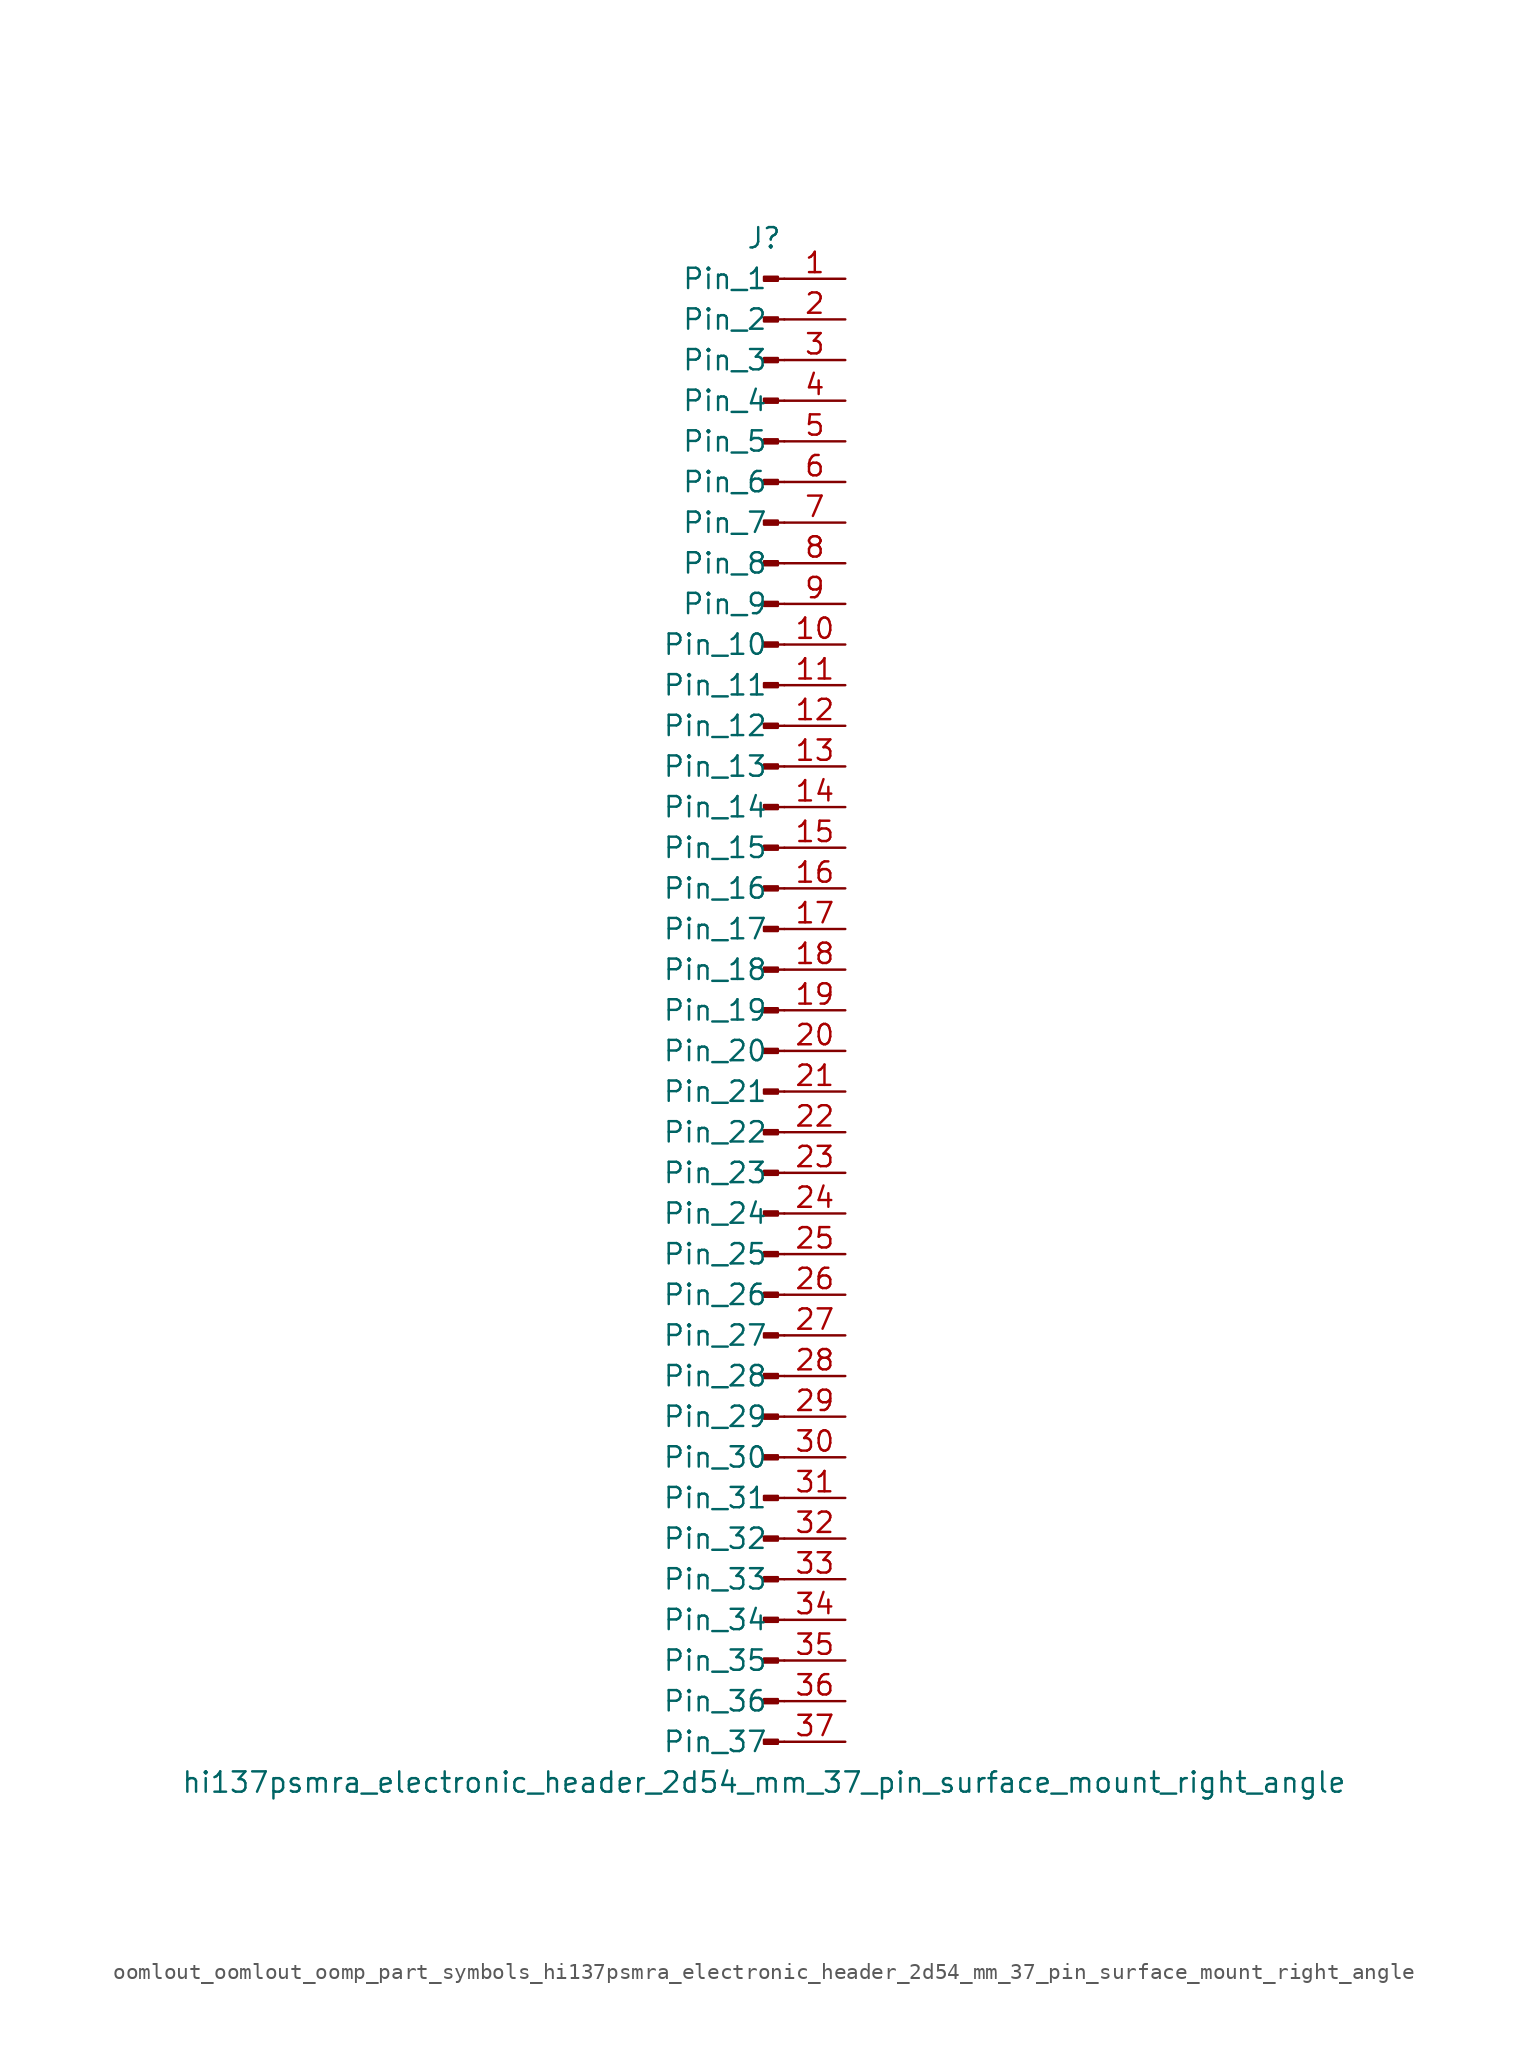
<source format=kicad_sym>
(kicad_symbol_lib
  (version 20220914)
  (generator kicad_symbol_editor)
  (symbol "oomlout_oomlout_oomp_part_symbols_hi137psmra_electronic_header_2d54_mm_37_pin_surface_mount_right_angle"
    (pin_names
      (offset 1.016))
    (property "Reference" "J"
      (at 0 48.26 0)
      (effects (font (size 1.27 1.27))))
    (property "Value" "hi137psmra_electronic_header_2d54_mm_37_pin_surface_mount_right_angle"
      (at 0 -48.26 0)
      (effects (font (size 1.27 1.27))))
    (property "ki_locked" ""
      (at 0 0 0)
      (effects (font (size 1.27 1.27))))
    (symbol "oomlout_oomlout_oomp_part_symbols_hi137psmra_electronic_header_2d54_mm_37_pin_surface_mount_right_angle_1_1"
      (polyline (pts (xy 1.27 -45.72) (xy 0.864 -45.72)) (stroke (width 0.152) (type default)) (fill (type none)))
      (polyline (pts (xy 1.27 -43.18) (xy 0.864 -43.18)) (stroke (width 0.152) (type default)) (fill (type none)))
      (polyline (pts (xy 1.27 -40.64) (xy 0.864 -40.64)) (stroke (width 0.152) (type default)) (fill (type none)))
      (polyline (pts (xy 1.27 -38.1) (xy 0.864 -38.1)) (stroke (width 0.152) (type default)) (fill (type none)))
      (polyline (pts (xy 1.27 -35.56) (xy 0.864 -35.56)) (stroke (width 0.152) (type default)) (fill (type none)))
      (polyline (pts (xy 1.27 -33.02) (xy 0.864 -33.02)) (stroke (width 0.152) (type default)) (fill (type none)))
      (polyline (pts (xy 1.27 -30.48) (xy 0.864 -30.48)) (stroke (width 0.152) (type default)) (fill (type none)))
      (polyline (pts (xy 1.27 -27.94) (xy 0.864 -27.94)) (stroke (width 0.152) (type default)) (fill (type none)))
      (polyline (pts (xy 1.27 -25.4) (xy 0.864 -25.4)) (stroke (width 0.152) (type default)) (fill (type none)))
      (polyline (pts (xy 1.27 -22.86) (xy 0.864 -22.86)) (stroke (width 0.152) (type default)) (fill (type none)))
      (polyline (pts (xy 1.27 -20.32) (xy 0.864 -20.32)) (stroke (width 0.152) (type default)) (fill (type none)))
      (polyline (pts (xy 1.27 -17.78) (xy 0.864 -17.78)) (stroke (width 0.152) (type default)) (fill (type none)))
      (polyline (pts (xy 1.27 -15.24) (xy 0.864 -15.24)) (stroke (width 0.152) (type default)) (fill (type none)))
      (polyline (pts (xy 1.27 -12.7) (xy 0.864 -12.7)) (stroke (width 0.152) (type default)) (fill (type none)))
      (polyline (pts (xy 1.27 -10.16) (xy 0.864 -10.16)) (stroke (width 0.152) (type default)) (fill (type none)))
      (polyline (pts (xy 1.27 -7.62) (xy 0.864 -7.62)) (stroke (width 0.152) (type default)) (fill (type none)))
      (polyline (pts (xy 1.27 -5.08) (xy 0.864 -5.08)) (stroke (width 0.152) (type default)) (fill (type none)))
      (polyline (pts (xy 1.27 -2.54) (xy 0.864 -2.54)) (stroke (width 0.152) (type default)) (fill (type none)))
      (polyline (pts (xy 1.27 0) (xy 0.864 0)) (stroke (width 0.152) (type default)) (fill (type none)))
      (polyline (pts (xy 1.27 2.54) (xy 0.864 2.54)) (stroke (width 0.152) (type default)) (fill (type none)))
      (polyline (pts (xy 1.27 5.08) (xy 0.864 5.08)) (stroke (width 0.152) (type default)) (fill (type none)))
      (polyline (pts (xy 1.27 7.62) (xy 0.864 7.62)) (stroke (width 0.152) (type default)) (fill (type none)))
      (polyline (pts (xy 1.27 10.16) (xy 0.864 10.16)) (stroke (width 0.152) (type default)) (fill (type none)))
      (polyline (pts (xy 1.27 12.7) (xy 0.864 12.7)) (stroke (width 0.152) (type default)) (fill (type none)))
      (polyline (pts (xy 1.27 15.24) (xy 0.864 15.24)) (stroke (width 0.152) (type default)) (fill (type none)))
      (polyline (pts (xy 1.27 17.78) (xy 0.864 17.78)) (stroke (width 0.152) (type default)) (fill (type none)))
      (polyline (pts (xy 1.27 20.32) (xy 0.864 20.32)) (stroke (width 0.152) (type default)) (fill (type none)))
      (polyline (pts (xy 1.27 22.86) (xy 0.864 22.86)) (stroke (width 0.152) (type default)) (fill (type none)))
      (polyline (pts (xy 1.27 25.4) (xy 0.864 25.4)) (stroke (width 0.152) (type default)) (fill (type none)))
      (polyline (pts (xy 1.27 27.94) (xy 0.864 27.94)) (stroke (width 0.152) (type default)) (fill (type none)))
      (polyline (pts (xy 1.27 30.48) (xy 0.864 30.48)) (stroke (width 0.152) (type default)) (fill (type none)))
      (polyline (pts (xy 1.27 33.02) (xy 0.864 33.02)) (stroke (width 0.152) (type default)) (fill (type none)))
      (polyline (pts (xy 1.27 35.56) (xy 0.864 35.56)) (stroke (width 0.152) (type default)) (fill (type none)))
      (polyline (pts (xy 1.27 38.1) (xy 0.864 38.1)) (stroke (width 0.152) (type default)) (fill (type none)))
      (polyline (pts (xy 1.27 40.64) (xy 0.864 40.64)) (stroke (width 0.152) (type default)) (fill (type none)))
      (polyline (pts (xy 1.27 43.18) (xy 0.864 43.18)) (stroke (width 0.152) (type default)) (fill (type none)))
      (polyline (pts (xy 1.27 45.72) (xy 0.864 45.72)) (stroke (width 0.152) (type default)) (fill (type none)))
      (rectangle (start 0.864 -45.593) (end 0 -45.847) (stroke (width 0.152) (type default)) (fill (type outline)))
      (rectangle (start 0.864 -43.053) (end 0 -43.307) (stroke (width 0.152) (type default)) (fill (type outline)))
      (rectangle (start 0.864 -40.513) (end 0 -40.767) (stroke (width 0.152) (type default)) (fill (type outline)))
      (rectangle (start 0.864 -37.973) (end 0 -38.227) (stroke (width 0.152) (type default)) (fill (type outline)))
      (rectangle (start 0.864 -35.433) (end 0 -35.687) (stroke (width 0.152) (type default)) (fill (type outline)))
      (rectangle (start 0.864 -32.893) (end 0 -33.147) (stroke (width 0.152) (type default)) (fill (type outline)))
      (rectangle (start 0.864 -30.353) (end 0 -30.607) (stroke (width 0.152) (type default)) (fill (type outline)))
      (rectangle (start 0.864 -27.813) (end 0 -28.067) (stroke (width 0.152) (type default)) (fill (type outline)))
      (rectangle (start 0.864 -25.273) (end 0 -25.527) (stroke (width 0.152) (type default)) (fill (type outline)))
      (rectangle (start 0.864 -22.733) (end 0 -22.987) (stroke (width 0.152) (type default)) (fill (type outline)))
      (rectangle (start 0.864 -20.193) (end 0 -20.447) (stroke (width 0.152) (type default)) (fill (type outline)))
      (rectangle (start 0.864 -17.653) (end 0 -17.907) (stroke (width 0.152) (type default)) (fill (type outline)))
      (rectangle (start 0.864 -15.113) (end 0 -15.367) (stroke (width 0.152) (type default)) (fill (type outline)))
      (rectangle (start 0.864 -12.573) (end 0 -12.827) (stroke (width 0.152) (type default)) (fill (type outline)))
      (rectangle (start 0.864 -10.033) (end 0 -10.287) (stroke (width 0.152) (type default)) (fill (type outline)))
      (rectangle (start 0.864 -7.493) (end 0 -7.747) (stroke (width 0.152) (type default)) (fill (type outline)))
      (rectangle (start 0.864 -4.953) (end 0 -5.207) (stroke (width 0.152) (type default)) (fill (type outline)))
      (rectangle (start 0.864 -2.413) (end 0 -2.667) (stroke (width 0.152) (type default)) (fill (type outline)))
      (rectangle (start 0.864 0.127) (end 0 -0.127) (stroke (width 0.152) (type default)) (fill (type outline)))
      (rectangle (start 0.864 2.667) (end 0 2.413) (stroke (width 0.152) (type default)) (fill (type outline)))
      (rectangle (start 0.864 5.207) (end 0 4.953) (stroke (width 0.152) (type default)) (fill (type outline)))
      (rectangle (start 0.864 7.747) (end 0 7.493) (stroke (width 0.152) (type default)) (fill (type outline)))
      (rectangle (start 0.864 10.287) (end 0 10.033) (stroke (width 0.152) (type default)) (fill (type outline)))
      (rectangle (start 0.864 12.827) (end 0 12.573) (stroke (width 0.152) (type default)) (fill (type outline)))
      (rectangle (start 0.864 15.367) (end 0 15.113) (stroke (width 0.152) (type default)) (fill (type outline)))
      (rectangle (start 0.864 17.907) (end 0 17.653) (stroke (width 0.152) (type default)) (fill (type outline)))
      (rectangle (start 0.864 20.447) (end 0 20.193) (stroke (width 0.152) (type default)) (fill (type outline)))
      (rectangle (start 0.864 22.987) (end 0 22.733) (stroke (width 0.152) (type default)) (fill (type outline)))
      (rectangle (start 0.864 25.527) (end 0 25.273) (stroke (width 0.152) (type default)) (fill (type outline)))
      (rectangle (start 0.864 28.067) (end 0 27.813) (stroke (width 0.152) (type default)) (fill (type outline)))
      (rectangle (start 0.864 30.607) (end 0 30.353) (stroke (width 0.152) (type default)) (fill (type outline)))
      (rectangle (start 0.864 33.147) (end 0 32.893) (stroke (width 0.152) (type default)) (fill (type outline)))
      (rectangle (start 0.864 35.687) (end 0 35.433) (stroke (width 0.152) (type default)) (fill (type outline)))
      (rectangle (start 0.864 38.227) (end 0 37.973) (stroke (width 0.152) (type default)) (fill (type outline)))
      (rectangle (start 0.864 40.767) (end 0 40.513) (stroke (width 0.152) (type default)) (fill (type outline)))
      (rectangle (start 0.864 43.307) (end 0 43.053) (stroke (width 0.152) (type default)) (fill (type outline)))
      (rectangle (start 0.864 45.847) (end 0 45.593) (stroke (width 0.152) (type default)) (fill (type outline)))
      (pin passive line (at 5.08 45.72 180) (length 3.81) (name "Pin_1" (effects (font (size 1.27 1.27)))) (number "1" (effects (font (size 1.27 1.27)))))
      (pin passive line (at 5.08 22.86 180) (length 3.81) (name "Pin_10" (effects (font (size 1.27 1.27)))) (number "10" (effects (font (size 1.27 1.27)))))
      (pin passive line (at 5.08 20.32 180) (length 3.81) (name "Pin_11" (effects (font (size 1.27 1.27)))) (number "11" (effects (font (size 1.27 1.27)))))
      (pin passive line (at 5.08 17.78 180) (length 3.81) (name "Pin_12" (effects (font (size 1.27 1.27)))) (number "12" (effects (font (size 1.27 1.27)))))
      (pin passive line (at 5.08 15.24 180) (length 3.81) (name "Pin_13" (effects (font (size 1.27 1.27)))) (number "13" (effects (font (size 1.27 1.27)))))
      (pin passive line (at 5.08 12.7 180) (length 3.81) (name "Pin_14" (effects (font (size 1.27 1.27)))) (number "14" (effects (font (size 1.27 1.27)))))
      (pin passive line (at 5.08 10.16 180) (length 3.81) (name "Pin_15" (effects (font (size 1.27 1.27)))) (number "15" (effects (font (size 1.27 1.27)))))
      (pin passive line (at 5.08 7.62 180) (length 3.81) (name "Pin_16" (effects (font (size 1.27 1.27)))) (number "16" (effects (font (size 1.27 1.27)))))
      (pin passive line (at 5.08 5.08 180) (length 3.81) (name "Pin_17" (effects (font (size 1.27 1.27)))) (number "17" (effects (font (size 1.27 1.27)))))
      (pin passive line (at 5.08 2.54 180) (length 3.81) (name "Pin_18" (effects (font (size 1.27 1.27)))) (number "18" (effects (font (size 1.27 1.27)))))
      (pin passive line (at 5.08 0 180) (length 3.81) (name "Pin_19" (effects (font (size 1.27 1.27)))) (number "19" (effects (font (size 1.27 1.27)))))
      (pin passive line (at 5.08 43.18 180) (length 3.81) (name "Pin_2" (effects (font (size 1.27 1.27)))) (number "2" (effects (font (size 1.27 1.27)))))
      (pin passive line (at 5.08 -2.54 180) (length 3.81) (name "Pin_20" (effects (font (size 1.27 1.27)))) (number "20" (effects (font (size 1.27 1.27)))))
      (pin passive line (at 5.08 -5.08 180) (length 3.81) (name "Pin_21" (effects (font (size 1.27 1.27)))) (number "21" (effects (font (size 1.27 1.27)))))
      (pin passive line (at 5.08 -7.62 180) (length 3.81) (name "Pin_22" (effects (font (size 1.27 1.27)))) (number "22" (effects (font (size 1.27 1.27)))))
      (pin passive line (at 5.08 -10.16 180) (length 3.81) (name "Pin_23" (effects (font (size 1.27 1.27)))) (number "23" (effects (font (size 1.27 1.27)))))
      (pin passive line (at 5.08 -12.7 180) (length 3.81) (name "Pin_24" (effects (font (size 1.27 1.27)))) (number "24" (effects (font (size 1.27 1.27)))))
      (pin passive line (at 5.08 -15.24 180) (length 3.81) (name "Pin_25" (effects (font (size 1.27 1.27)))) (number "25" (effects (font (size 1.27 1.27)))))
      (pin passive line (at 5.08 -17.78 180) (length 3.81) (name "Pin_26" (effects (font (size 1.27 1.27)))) (number "26" (effects (font (size 1.27 1.27)))))
      (pin passive line (at 5.08 -20.32 180) (length 3.81) (name "Pin_27" (effects (font (size 1.27 1.27)))) (number "27" (effects (font (size 1.27 1.27)))))
      (pin passive line (at 5.08 -22.86 180) (length 3.81) (name "Pin_28" (effects (font (size 1.27 1.27)))) (number "28" (effects (font (size 1.27 1.27)))))
      (pin passive line (at 5.08 -25.4 180) (length 3.81) (name "Pin_29" (effects (font (size 1.27 1.27)))) (number "29" (effects (font (size 1.27 1.27)))))
      (pin passive line (at 5.08 40.64 180) (length 3.81) (name "Pin_3" (effects (font (size 1.27 1.27)))) (number "3" (effects (font (size 1.27 1.27)))))
      (pin passive line (at 5.08 -27.94 180) (length 3.81) (name "Pin_30" (effects (font (size 1.27 1.27)))) (number "30" (effects (font (size 1.27 1.27)))))
      (pin passive line (at 5.08 -30.48 180) (length 3.81) (name "Pin_31" (effects (font (size 1.27 1.27)))) (number "31" (effects (font (size 1.27 1.27)))))
      (pin passive line (at 5.08 -33.02 180) (length 3.81) (name "Pin_32" (effects (font (size 1.27 1.27)))) (number "32" (effects (font (size 1.27 1.27)))))
      (pin passive line (at 5.08 -35.56 180) (length 3.81) (name "Pin_33" (effects (font (size 1.27 1.27)))) (number "33" (effects (font (size 1.27 1.27)))))
      (pin passive line (at 5.08 -38.1 180) (length 3.81) (name "Pin_34" (effects (font (size 1.27 1.27)))) (number "34" (effects (font (size 1.27 1.27)))))
      (pin passive line (at 5.08 -40.64 180) (length 3.81) (name "Pin_35" (effects (font (size 1.27 1.27)))) (number "35" (effects (font (size 1.27 1.27)))))
      (pin passive line (at 5.08 -43.18 180) (length 3.81) (name "Pin_36" (effects (font (size 1.27 1.27)))) (number "36" (effects (font (size 1.27 1.27)))))
      (pin passive line (at 5.08 -45.72 180) (length 3.81) (name "Pin_37" (effects (font (size 1.27 1.27)))) (number "37" (effects (font (size 1.27 1.27)))))
      (pin passive line (at 5.08 38.1 180) (length 3.81) (name "Pin_4" (effects (font (size 1.27 1.27)))) (number "4" (effects (font (size 1.27 1.27)))))
      (pin passive line (at 5.08 35.56 180) (length 3.81) (name "Pin_5" (effects (font (size 1.27 1.27)))) (number "5" (effects (font (size 1.27 1.27)))))
      (pin passive line (at 5.08 33.02 180) (length 3.81) (name "Pin_6" (effects (font (size 1.27 1.27)))) (number "6" (effects (font (size 1.27 1.27)))))
      (pin passive line (at 5.08 30.48 180) (length 3.81) (name "Pin_7" (effects (font (size 1.27 1.27)))) (number "7" (effects (font (size 1.27 1.27)))))
      (pin passive line (at 5.08 27.94 180) (length 3.81) (name "Pin_8" (effects (font (size 1.27 1.27)))) (number "8" (effects (font (size 1.27 1.27)))))
      (pin passive line (at 5.08 25.4 180) (length 3.81) (name "Pin_9" (effects (font (size 1.27 1.27)))) (number "9" (effects (font (size 1.27 1.27))))))))
</source>
